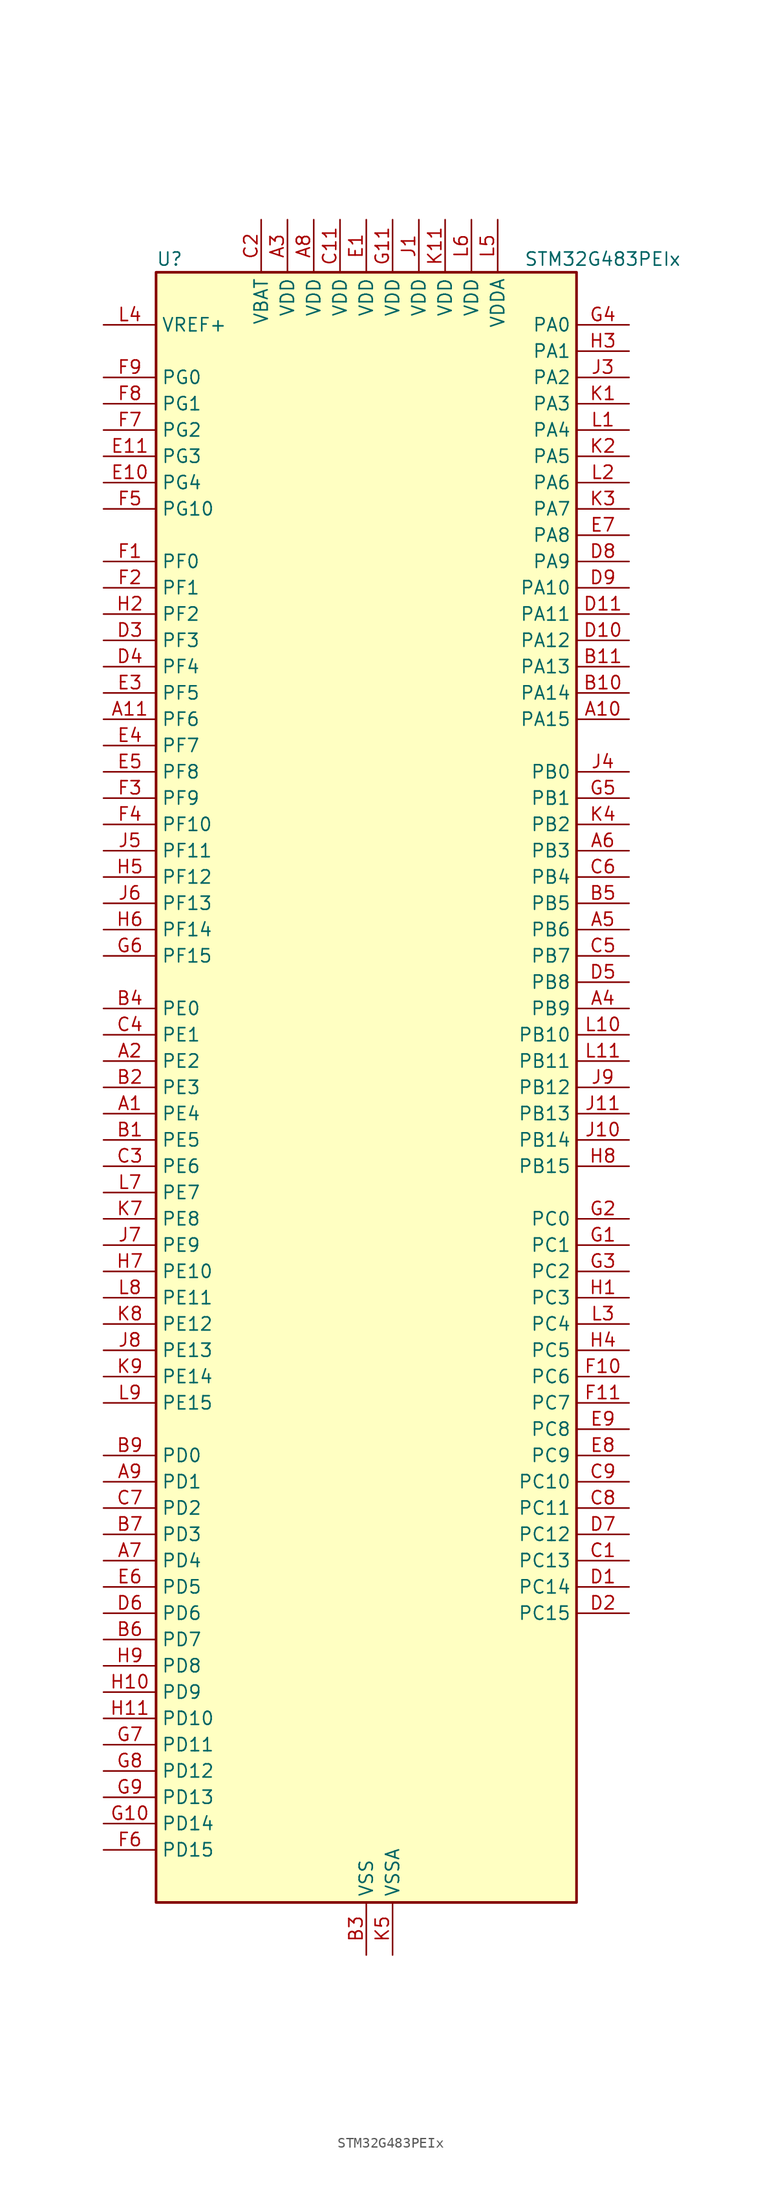
<source format=kicad_sym>
(kicad_symbol_lib
  (version 20241209)
  (generator "kicad_symbol_editor")
  (generator_version "9.0")
  (symbol "STM32G483PEIx"
    (property "Reference" "U"
      (at -20.32 80.01 0)
      (effects (font (size 1.27 1.27)) (justify left)))
    (property "Value" "STM32G483PEIx"
      (at 15.24 80.01 0)
      (effects (font (size 1.27 1.27)) (justify left)))
    (symbol "STM32G483PEIx_0_1"
      (rectangle (start -20.32 -78.74) (end 20.32 78.74) (stroke (width 0.254) (type default)) (fill (type background))))
    (symbol "STM32G483PEIx_1_1"
      (pin input line (at -25.4 73.66 0) (length 5.08) (name "VREF+" (effects (font (size 1.27 1.27)))) (number "L4" (effects (font (size 1.27 1.27)))) (alternate "VREFBUF_OUT" bidirectional line))
      (pin bidirectional line (at -25.4 68.58 0) (length 5.08) (name "PG0" (effects (font (size 1.27 1.27)))) (number "F9" (effects (font (size 1.27 1.27)))) (alternate "FMC_A10" bidirectional line) (alternate "TIM20_CH1N" bidirectional line))
      (pin bidirectional line (at -25.4 66.04 0) (length 5.08) (name "PG1" (effects (font (size 1.27 1.27)))) (number "F8" (effects (font (size 1.27 1.27)))) (alternate "FMC_A11" bidirectional line) (alternate "TIM20_CH2N" bidirectional line))
      (pin bidirectional line (at -25.4 63.5 0) (length 5.08) (name "PG2" (effects (font (size 1.27 1.27)))) (number "F7" (effects (font (size 1.27 1.27)))) (alternate "ADC3_EXTI2" bidirectional line) (alternate "ADC4_EXTI2" bidirectional line) (alternate "ADC5_EXTI2" bidirectional line) (alternate "FMC_A12" bidirectional line) (alternate "SPI1_SCK" bidirectional line) (alternate "TIM20_CH3N" bidirectional line))
      (pin bidirectional line (at -25.4 60.96 0) (length 5.08) (name "PG3" (effects (font (size 1.27 1.27)))) (number "E11" (effects (font (size 1.27 1.27)))) (alternate "ADC3_EXTI3" bidirectional line) (alternate "ADC4_EXTI3" bidirectional line) (alternate "ADC5_EXTI3" bidirectional line) (alternate "FMC_A13" bidirectional line) (alternate "I2C4_SCL" bidirectional line) (alternate "SPI1_MISO" bidirectional line) (alternate "TIM20_BKIN" bidirectional line) (alternate "TIM20_CH4N" bidirectional line))
      (pin bidirectional line (at -25.4 58.42 0) (length 5.08) (name "PG4" (effects (font (size 1.27 1.27)))) (number "E10" (effects (font (size 1.27 1.27)))) (alternate "FMC_A14" bidirectional line) (alternate "I2C4_SDA" bidirectional line) (alternate "SPI1_MOSI" bidirectional line) (alternate "TIM20_BKIN2" bidirectional line))
      (pin bidirectional line (at -25.4 55.88 0) (length 5.08) (name "PG10" (effects (font (size 1.27 1.27)))) (number "F5" (effects (font (size 1.27 1.27)))) (alternate "DAC1_EXTI10" bidirectional line) (alternate "DAC2_EXTI10" bidirectional line) (alternate "DAC3_EXTI10" bidirectional line) (alternate "DAC4_EXTI10" bidirectional line) (alternate "RCC_MCO" bidirectional line))
      (pin bidirectional line (at -25.4 50.8 0) (length 5.08) (name "PF0" (effects (font (size 1.27 1.27)))) (number "F1" (effects (font (size 1.27 1.27)))) (alternate "ADC1_IN10" bidirectional line) (alternate "I2C2_SDA" bidirectional line) (alternate "I2S2_WS" bidirectional line) (alternate "RCC_OSC_IN" bidirectional line) (alternate "SPI2_NSS" bidirectional line) (alternate "TIM1_CH3N" bidirectional line))
      (pin bidirectional line (at -25.4 48.26 0) (length 5.08) (name "PF1" (effects (font (size 1.27 1.27)))) (number "F2" (effects (font (size 1.27 1.27)))) (alternate "ADC2_IN10" bidirectional line) (alternate "COMP3_INM" bidirectional line) (alternate "I2S2_CK" bidirectional line) (alternate "RCC_OSC_OUT" bidirectional line) (alternate "SPI2_SCK" bidirectional line))
      (pin bidirectional line (at -25.4 45.72 0) (length 5.08) (name "PF2" (effects (font (size 1.27 1.27)))) (number "H2" (effects (font (size 1.27 1.27)))) (alternate "ADC3_EXTI2" bidirectional line) (alternate "ADC4_EXTI2" bidirectional line) (alternate "ADC5_EXTI2" bidirectional line) (alternate "FMC_A2" bidirectional line) (alternate "I2C2_SMBA" bidirectional line) (alternate "TIM20_CH3" bidirectional line))
      (pin bidirectional line (at -25.4 43.18 0) (length 5.08) (name "PF3" (effects (font (size 1.27 1.27)))) (number "D3" (effects (font (size 1.27 1.27)))) (alternate "ADC3_EXTI3" bidirectional line) (alternate "ADC4_EXTI3" bidirectional line) (alternate "ADC5_EXTI3" bidirectional line) (alternate "FMC_A3" bidirectional line) (alternate "I2C3_SCL" bidirectional line) (alternate "TIM20_CH4" bidirectional line))
      (pin bidirectional line (at -25.4 40.64 0) (length 5.08) (name "PF4" (effects (font (size 1.27 1.27)))) (number "D4" (effects (font (size 1.27 1.27)))) (alternate "COMP1_OUT" bidirectional line) (alternate "FMC_A4" bidirectional line) (alternate "I2C3_SDA" bidirectional line) (alternate "TIM20_CH1N" bidirectional line))
      (pin bidirectional line (at -25.4 38.1 0) (length 5.08) (name "PF5" (effects (font (size 1.27 1.27)))) (number "E3" (effects (font (size 1.27 1.27)))) (alternate "FMC_A5" bidirectional line) (alternate "TIM20_CH2N" bidirectional line))
      (pin bidirectional line (at -25.4 35.56 0) (length 5.08) (name "PF6" (effects (font (size 1.27 1.27)))) (number "A11" (effects (font (size 1.27 1.27)))) (alternate "I2C2_SCL" bidirectional line) (alternate "QUADSPI1_BK1_IO3" bidirectional line) (alternate "SAI1_SD_B" bidirectional line) (alternate "TIM4_CH4" bidirectional line) (alternate "TIM5_CH1" bidirectional line) (alternate "TIM5_ETR" bidirectional line) (alternate "USART3_RTS" bidirectional line))
      (pin bidirectional line (at -25.4 33.02 0) (length 5.08) (name "PF7" (effects (font (size 1.27 1.27)))) (number "E4" (effects (font (size 1.27 1.27)))) (alternate "FMC_A1" bidirectional line) (alternate "QUADSPI1_BK1_IO2" bidirectional line) (alternate "SAI1_MCLK_B" bidirectional line) (alternate "TIM20_BKIN" bidirectional line) (alternate "TIM5_CH2" bidirectional line))
      (pin bidirectional line (at -25.4 30.48 0) (length 5.08) (name "PF8" (effects (font (size 1.27 1.27)))) (number "E5" (effects (font (size 1.27 1.27)))) (alternate "FMC_A24" bidirectional line) (alternate "QUADSPI1_BK1_IO0" bidirectional line) (alternate "SAI1_SCK_B" bidirectional line) (alternate "TIM20_BKIN2" bidirectional line) (alternate "TIM5_CH3" bidirectional line))
      (pin bidirectional line (at -25.4 27.94 0) (length 5.08) (name "PF9" (effects (font (size 1.27 1.27)))) (number "F3" (effects (font (size 1.27 1.27)))) (alternate "DAC1_EXTI9" bidirectional line) (alternate "DAC2_EXTI9" bidirectional line) (alternate "DAC3_EXTI9" bidirectional line) (alternate "DAC4_EXTI9" bidirectional line) (alternate "FMC_A25" bidirectional line) (alternate "QUADSPI1_BK1_IO1" bidirectional line) (alternate "SAI1_FS_B" bidirectional line) (alternate "SPI2_SCK" bidirectional line) (alternate "TIM15_CH1" bidirectional line) (alternate "TIM20_BKIN" bidirectional line) (alternate "TIM5_CH4" bidirectional line))
      (pin bidirectional line (at -25.4 25.4 0) (length 5.08) (name "PF10" (effects (font (size 1.27 1.27)))) (number "F4" (effects (font (size 1.27 1.27)))) (alternate "DAC1_EXTI10" bidirectional line) (alternate "DAC2_EXTI10" bidirectional line) (alternate "DAC3_EXTI10" bidirectional line) (alternate "DAC4_EXTI10" bidirectional line) (alternate "FMC_A0" bidirectional line) (alternate "QUADSPI1_CLK" bidirectional line) (alternate "SAI1_D3" bidirectional line) (alternate "SPI2_SCK" bidirectional line) (alternate "TIM15_CH2" bidirectional line) (alternate "TIM20_BKIN2" bidirectional line))
      (pin bidirectional line (at -25.4 22.86 0) (length 5.08) (name "PF11" (effects (font (size 1.27 1.27)))) (number "J5" (effects (font (size 1.27 1.27)))) (alternate "ADC1_EXTI11" bidirectional line) (alternate "ADC2_EXTI11" bidirectional line) (alternate "FMC_NE4" bidirectional line) (alternate "TIM20_ETR" bidirectional line))
      (pin bidirectional line (at -25.4 20.32 0) (length 5.08) (name "PF12" (effects (font (size 1.27 1.27)))) (number "H5" (effects (font (size 1.27 1.27)))) (alternate "FMC_A6" bidirectional line) (alternate "TIM20_CH1" bidirectional line))
      (pin bidirectional line (at -25.4 17.78 0) (length 5.08) (name "PF13" (effects (font (size 1.27 1.27)))) (number "J6" (effects (font (size 1.27 1.27)))) (alternate "FMC_A7" bidirectional line) (alternate "I2C4_SMBA" bidirectional line) (alternate "TIM20_CH2" bidirectional line))
      (pin bidirectional line (at -25.4 15.24 0) (length 5.08) (name "PF14" (effects (font (size 1.27 1.27)))) (number "H6" (effects (font (size 1.27 1.27)))) (alternate "FMC_A8" bidirectional line) (alternate "I2C4_SCL" bidirectional line) (alternate "TIM20_CH3" bidirectional line))
      (pin bidirectional line (at -25.4 12.7 0) (length 5.08) (name "PF15" (effects (font (size 1.27 1.27)))) (number "G6" (effects (font (size 1.27 1.27)))) (alternate "ADC1_EXTI15" bidirectional line) (alternate "ADC2_EXTI15" bidirectional line) (alternate "FMC_A9" bidirectional line) (alternate "I2C4_SDA" bidirectional line) (alternate "TIM20_CH4" bidirectional line))
      (pin bidirectional line (at -25.4 7.62 0) (length 5.08) (name "PE0" (effects (font (size 1.27 1.27)))) (number "B4" (effects (font (size 1.27 1.27)))) (alternate "FMC_NBL0" bidirectional line) (alternate "TIM16_CH1" bidirectional line) (alternate "TIM20_CH4N" bidirectional line) (alternate "TIM20_ETR" bidirectional line) (alternate "TIM4_ETR" bidirectional line) (alternate "USART1_TX" bidirectional line))
      (pin bidirectional line (at -25.4 5.08 0) (length 5.08) (name "PE1" (effects (font (size 1.27 1.27)))) (number "C4" (effects (font (size 1.27 1.27)))) (alternate "FMC_NBL1" bidirectional line) (alternate "TIM17_CH1" bidirectional line) (alternate "TIM20_CH4" bidirectional line) (alternate "USART1_RX" bidirectional line))
      (pin bidirectional line (at -25.4 2.54 0) (length 5.08) (name "PE2" (effects (font (size 1.27 1.27)))) (number "A2" (effects (font (size 1.27 1.27)))) (alternate "ADC3_EXTI2" bidirectional line) (alternate "ADC4_EXTI2" bidirectional line) (alternate "ADC5_EXTI2" bidirectional line) (alternate "FMC_A23" bidirectional line) (alternate "SAI1_CK1" bidirectional line) (alternate "SAI1_MCLK_A" bidirectional line) (alternate "SPI4_SCK" bidirectional line) (alternate "SYS_TRACECLK" bidirectional line) (alternate "TIM20_CH1" bidirectional line) (alternate "TIM3_CH1" bidirectional line))
      (pin bidirectional line (at -25.4 0 0) (length 5.08) (name "PE3" (effects (font (size 1.27 1.27)))) (number "B2" (effects (font (size 1.27 1.27)))) (alternate "ADC3_EXTI3" bidirectional line) (alternate "ADC4_EXTI3" bidirectional line) (alternate "ADC5_EXTI3" bidirectional line) (alternate "FMC_A19" bidirectional line) (alternate "SAI1_SD_B" bidirectional line) (alternate "SPI4_NSS" bidirectional line) (alternate "SYS_TRACED0" bidirectional line) (alternate "TIM20_CH2" bidirectional line) (alternate "TIM3_CH2" bidirectional line))
      (pin bidirectional line (at -25.4 -2.54 0) (length 5.08) (name "PE4" (effects (font (size 1.27 1.27)))) (number "A1" (effects (font (size 1.27 1.27)))) (alternate "FMC_A20" bidirectional line) (alternate "SAI1_D2" bidirectional line) (alternate "SAI1_FS_A" bidirectional line) (alternate "SPI4_NSS" bidirectional line) (alternate "SYS_TRACED1" bidirectional line) (alternate "TIM20_CH1N" bidirectional line) (alternate "TIM3_CH3" bidirectional line))
      (pin bidirectional line (at -25.4 -5.08 0) (length 5.08) (name "PE5" (effects (font (size 1.27 1.27)))) (number "B1" (effects (font (size 1.27 1.27)))) (alternate "FMC_A21" bidirectional line) (alternate "SAI1_CK2" bidirectional line) (alternate "SAI1_SCK_A" bidirectional line) (alternate "SPI4_MISO" bidirectional line) (alternate "SYS_TRACED2" bidirectional line) (alternate "TIM20_CH2N" bidirectional line) (alternate "TIM3_CH4" bidirectional line))
      (pin bidirectional line (at -25.4 -7.62 0) (length 5.08) (name "PE6" (effects (font (size 1.27 1.27)))) (number "C3" (effects (font (size 1.27 1.27)))) (alternate "FMC_A22" bidirectional line) (alternate "RTC_TAMP3" bidirectional line) (alternate "SAI1_D1" bidirectional line) (alternate "SAI1_SD_A" bidirectional line) (alternate "SPI4_MOSI" bidirectional line) (alternate "SYS_TRACED3" bidirectional line) (alternate "SYS_WKUP3" bidirectional line) (alternate "TIM20_CH3N" bidirectional line))
      (pin bidirectional line (at -25.4 -10.16 0) (length 5.08) (name "PE7" (effects (font (size 1.27 1.27)))) (number "L7" (effects (font (size 1.27 1.27)))) (alternate "ADC3_IN4" bidirectional line) (alternate "COMP4_INP" bidirectional line) (alternate "FMC_D4" bidirectional line) (alternate "FMC_DA4" bidirectional line) (alternate "SAI1_SD_B" bidirectional line) (alternate "TIM1_ETR" bidirectional line))
      (pin bidirectional line (at -25.4 -12.7 0) (length 5.08) (name "PE8" (effects (font (size 1.27 1.27)))) (number "K7" (effects (font (size 1.27 1.27)))) (alternate "ADC3_IN6" bidirectional line) (alternate "ADC4_IN6" bidirectional line) (alternate "ADC5_IN6" bidirectional line) (alternate "COMP4_INM" bidirectional line) (alternate "FMC_D5" bidirectional line) (alternate "FMC_DA5" bidirectional line) (alternate "SAI1_SCK_B" bidirectional line) (alternate "TIM1_CH1N" bidirectional line) (alternate "TIM5_CH3" bidirectional line))
      (pin bidirectional line (at -25.4 -15.24 0) (length 5.08) (name "PE9" (effects (font (size 1.27 1.27)))) (number "J7" (effects (font (size 1.27 1.27)))) (alternate "ADC3_IN2" bidirectional line) (alternate "DAC1_EXTI9" bidirectional line) (alternate "DAC2_EXTI9" bidirectional line) (alternate "DAC3_EXTI9" bidirectional line) (alternate "DAC4_EXTI9" bidirectional line) (alternate "FMC_D6" bidirectional line) (alternate "FMC_DA6" bidirectional line) (alternate "SAI1_FS_B" bidirectional line) (alternate "TIM1_CH1" bidirectional line) (alternate "TIM5_CH4" bidirectional line))
      (pin bidirectional line (at -25.4 -17.78 0) (length 5.08) (name "PE10" (effects (font (size 1.27 1.27)))) (number "H7" (effects (font (size 1.27 1.27)))) (alternate "ADC3_IN14" bidirectional line) (alternate "ADC4_IN14" bidirectional line) (alternate "ADC5_IN14" bidirectional line) (alternate "DAC1_EXTI10" bidirectional line) (alternate "DAC2_EXTI10" bidirectional line) (alternate "DAC3_EXTI10" bidirectional line) (alternate "DAC4_EXTI10" bidirectional line) (alternate "FMC_D7" bidirectional line) (alternate "FMC_DA7" bidirectional line) (alternate "QUADSPI1_CLK" bidirectional line) (alternate "SAI1_MCLK_B" bidirectional line) (alternate "TIM1_CH2N" bidirectional line))
      (pin bidirectional line (at -25.4 -20.32 0) (length 5.08) (name "PE11" (effects (font (size 1.27 1.27)))) (number "L8" (effects (font (size 1.27 1.27)))) (alternate "ADC1_EXTI11" bidirectional line) (alternate "ADC2_EXTI11" bidirectional line) (alternate "ADC3_IN15" bidirectional line) (alternate "ADC4_IN15" bidirectional line) (alternate "ADC5_IN15" bidirectional line) (alternate "FMC_D8" bidirectional line) (alternate "FMC_DA8" bidirectional line) (alternate "QUADSPI1_BK1_NCS" bidirectional line) (alternate "SPI4_NSS" bidirectional line) (alternate "TIM1_CH2" bidirectional line))
      (pin bidirectional line (at -25.4 -22.86 0) (length 5.08) (name "PE12" (effects (font (size 1.27 1.27)))) (number "K8" (effects (font (size 1.27 1.27)))) (alternate "ADC3_IN16" bidirectional line) (alternate "ADC4_IN16" bidirectional line) (alternate "ADC5_IN16" bidirectional line) (alternate "FMC_D9" bidirectional line) (alternate "FMC_DA9" bidirectional line) (alternate "QUADSPI1_BK1_IO0" bidirectional line) (alternate "SPI4_SCK" bidirectional line) (alternate "TIM1_CH3N" bidirectional line))
      (pin bidirectional line (at -25.4 -25.4 0) (length 5.08) (name "PE13" (effects (font (size 1.27 1.27)))) (number "J8" (effects (font (size 1.27 1.27)))) (alternate "ADC3_IN3" bidirectional line) (alternate "FMC_D10" bidirectional line) (alternate "FMC_DA10" bidirectional line) (alternate "QUADSPI1_BK1_IO1" bidirectional line) (alternate "SPI4_MISO" bidirectional line) (alternate "TIM1_CH3" bidirectional line))
      (pin bidirectional line (at -25.4 -27.94 0) (length 5.08) (name "PE14" (effects (font (size 1.27 1.27)))) (number "K9" (effects (font (size 1.27 1.27)))) (alternate "ADC4_IN1" bidirectional line) (alternate "FMC_D11" bidirectional line) (alternate "FMC_DA11" bidirectional line) (alternate "QUADSPI1_BK1_IO2" bidirectional line) (alternate "SPI4_MOSI" bidirectional line) (alternate "TIM1_BKIN2" bidirectional line) (alternate "TIM1_CH4" bidirectional line))
      (pin bidirectional line (at -25.4 -30.48 0) (length 5.08) (name "PE15" (effects (font (size 1.27 1.27)))) (number "L9" (effects (font (size 1.27 1.27)))) (alternate "ADC1_EXTI15" bidirectional line) (alternate "ADC2_EXTI15" bidirectional line) (alternate "ADC4_IN2" bidirectional line) (alternate "FMC_D12" bidirectional line) (alternate "FMC_DA12" bidirectional line) (alternate "QUADSPI1_BK1_IO3" bidirectional line) (alternate "TIM1_BKIN" bidirectional line) (alternate "TIM1_CH4N" bidirectional line) (alternate "USART3_RX" bidirectional line))
      (pin bidirectional line (at -25.4 -35.56 0) (length 5.08) (name "PD0" (effects (font (size 1.27 1.27)))) (number "B9" (effects (font (size 1.27 1.27)))) (alternate "FDCAN1_RX" bidirectional line) (alternate "FMC_D2" bidirectional line) (alternate "FMC_DA2" bidirectional line) (alternate "TIM8_CH4N" bidirectional line))
      (pin bidirectional line (at -25.4 -38.1 0) (length 5.08) (name "PD1" (effects (font (size 1.27 1.27)))) (number "A9" (effects (font (size 1.27 1.27)))) (alternate "FDCAN1_TX" bidirectional line) (alternate "FMC_D3" bidirectional line) (alternate "FMC_DA3" bidirectional line) (alternate "TIM8_BKIN2" bidirectional line) (alternate "TIM8_CH4" bidirectional line))
      (pin bidirectional line (at -25.4 -40.64 0) (length 5.08) (name "PD2" (effects (font (size 1.27 1.27)))) (number "C7" (effects (font (size 1.27 1.27)))) (alternate "ADC3_EXTI2" bidirectional line) (alternate "ADC4_EXTI2" bidirectional line) (alternate "ADC5_EXTI2" bidirectional line) (alternate "TIM3_ETR" bidirectional line) (alternate "TIM8_BKIN" bidirectional line) (alternate "UART5_RX" bidirectional line))
      (pin bidirectional line (at -25.4 -43.18 0) (length 5.08) (name "PD3" (effects (font (size 1.27 1.27)))) (number "B7" (effects (font (size 1.27 1.27)))) (alternate "ADC3_EXTI3" bidirectional line) (alternate "ADC4_EXTI3" bidirectional line) (alternate "ADC5_EXTI3" bidirectional line) (alternate "FMC_CLK" bidirectional line) (alternate "QUADSPI1_BK2_NCS" bidirectional line) (alternate "TIM2_CH1" bidirectional line) (alternate "TIM2_ETR" bidirectional line) (alternate "USART2_CTS" bidirectional line) (alternate "USART2_NSS" bidirectional line))
      (pin bidirectional line (at -25.4 -45.72 0) (length 5.08) (name "PD4" (effects (font (size 1.27 1.27)))) (number "A7" (effects (font (size 1.27 1.27)))) (alternate "FMC_NOE" bidirectional line) (alternate "QUADSPI1_BK2_IO0" bidirectional line) (alternate "TIM2_CH2" bidirectional line) (alternate "USART2_DE" bidirectional line) (alternate "USART2_RTS" bidirectional line))
      (pin bidirectional line (at -25.4 -48.26 0) (length 5.08) (name "PD5" (effects (font (size 1.27 1.27)))) (number "E6" (effects (font (size 1.27 1.27)))) (alternate "FMC_NWE" bidirectional line) (alternate "QUADSPI1_BK2_IO1" bidirectional line) (alternate "USART2_TX" bidirectional line))
      (pin bidirectional line (at -25.4 -50.8 0) (length 5.08) (name "PD6" (effects (font (size 1.27 1.27)))) (number "D6" (effects (font (size 1.27 1.27)))) (alternate "FMC_NWAIT" bidirectional line) (alternate "QUADSPI1_BK2_IO2" bidirectional line) (alternate "SAI1_D1" bidirectional line) (alternate "SAI1_SD_A" bidirectional line) (alternate "TIM2_CH4" bidirectional line) (alternate "USART2_RX" bidirectional line))
      (pin bidirectional line (at -25.4 -53.34 0) (length 5.08) (name "PD7" (effects (font (size 1.27 1.27)))) (number "B6" (effects (font (size 1.27 1.27)))) (alternate "FMC_NCE" bidirectional line) (alternate "FMC_NE1" bidirectional line) (alternate "QUADSPI1_BK2_IO3" bidirectional line) (alternate "TIM2_CH3" bidirectional line) (alternate "USART2_CK" bidirectional line))
      (pin bidirectional line (at -25.4 -55.88 0) (length 5.08) (name "PD8" (effects (font (size 1.27 1.27)))) (number "H9" (effects (font (size 1.27 1.27)))) (alternate "ADC4_IN12" bidirectional line) (alternate "ADC5_IN12" bidirectional line) (alternate "FMC_D13" bidirectional line) (alternate "FMC_DA13" bidirectional line) (alternate "OPAMP4_VINM" bidirectional line) (alternate "OPAMP4_VINM1" bidirectional line) (alternate "OPAMP4_VINM_SEC" bidirectional line) (alternate "USART3_TX" bidirectional line))
      (pin bidirectional line (at -25.4 -58.42 0) (length 5.08) (name "PD9" (effects (font (size 1.27 1.27)))) (number "H10" (effects (font (size 1.27 1.27)))) (alternate "ADC4_IN13" bidirectional line) (alternate "ADC5_IN13" bidirectional line) (alternate "DAC1_EXTI9" bidirectional line) (alternate "DAC2_EXTI9" bidirectional line) (alternate "DAC3_EXTI9" bidirectional line) (alternate "DAC4_EXTI9" bidirectional line) (alternate "FMC_D14" bidirectional line) (alternate "FMC_DA14" bidirectional line) (alternate "OPAMP6_VINP" bidirectional line) (alternate "OPAMP6_VINP_SEC" bidirectional line) (alternate "USART3_RX" bidirectional line))
      (pin bidirectional line (at -25.4 -60.96 0) (length 5.08) (name "PD10" (effects (font (size 1.27 1.27)))) (number "H11" (effects (font (size 1.27 1.27)))) (alternate "ADC3_IN7" bidirectional line) (alternate "ADC4_IN7" bidirectional line) (alternate "ADC5_IN7" bidirectional line) (alternate "COMP6_INM" bidirectional line) (alternate "DAC1_EXTI10" bidirectional line) (alternate "DAC2_EXTI10" bidirectional line) (alternate "DAC3_EXTI10" bidirectional line) (alternate "DAC4_EXTI10" bidirectional line) (alternate "FMC_D15" bidirectional line) (alternate "FMC_DA15" bidirectional line) (alternate "USART3_CK" bidirectional line))
      (pin bidirectional line (at -25.4 -63.5 0) (length 5.08) (name "PD11" (effects (font (size 1.27 1.27)))) (number "G7" (effects (font (size 1.27 1.27)))) (alternate "ADC1_EXTI11" bidirectional line) (alternate "ADC2_EXTI11" bidirectional line) (alternate "ADC3_IN8" bidirectional line) (alternate "ADC4_IN8" bidirectional line) (alternate "ADC5_IN8" bidirectional line) (alternate "COMP6_INP" bidirectional line) (alternate "FMC_A16" bidirectional line) (alternate "FMC_CLE" bidirectional line) (alternate "I2C4_SMBA" bidirectional line) (alternate "OPAMP4_VINP" bidirectional line) (alternate "OPAMP4_VINP_SEC" bidirectional line) (alternate "TIM5_ETR" bidirectional line) (alternate "USART3_CTS" bidirectional line) (alternate "USART3_NSS" bidirectional line))
      (pin bidirectional line (at -25.4 -66.04 0) (length 5.08) (name "PD12" (effects (font (size 1.27 1.27)))) (number "G8" (effects (font (size 1.27 1.27)))) (alternate "ADC3_IN9" bidirectional line) (alternate "ADC4_IN9" bidirectional line) (alternate "ADC5_IN9" bidirectional line) (alternate "COMP5_INP" bidirectional line) (alternate "FMC_A17" bidirectional line) (alternate "FMC_ALE" bidirectional line) (alternate "OPAMP5_VINP" bidirectional line) (alternate "OPAMP5_VINP_SEC" bidirectional line) (alternate "TIM4_CH1" bidirectional line) (alternate "USART3_DE" bidirectional line) (alternate "USART3_RTS" bidirectional line))
      (pin bidirectional line (at -25.4 -68.58 0) (length 5.08) (name "PD13" (effects (font (size 1.27 1.27)))) (number "G9" (effects (font (size 1.27 1.27)))) (alternate "ADC3_IN10" bidirectional line) (alternate "ADC4_IN10" bidirectional line) (alternate "ADC5_IN10" bidirectional line) (alternate "COMP5_INM" bidirectional line) (alternate "FMC_A18" bidirectional line) (alternate "TIM4_CH2" bidirectional line))
      (pin bidirectional line (at -25.4 -71.12 0) (length 5.08) (name "PD14" (effects (font (size 1.27 1.27)))) (number "G10" (effects (font (size 1.27 1.27)))) (alternate "ADC3_IN11" bidirectional line) (alternate "ADC4_IN11" bidirectional line) (alternate "ADC5_IN11" bidirectional line) (alternate "COMP7_INP" bidirectional line) (alternate "FMC_D0" bidirectional line) (alternate "FMC_DA0" bidirectional line) (alternate "OPAMP2_VINP" bidirectional line) (alternate "OPAMP2_VINP_SEC" bidirectional line) (alternate "TIM4_CH3" bidirectional line))
      (pin bidirectional line (at -25.4 -73.66 0) (length 5.08) (name "PD15" (effects (font (size 1.27 1.27)))) (number "F6" (effects (font (size 1.27 1.27)))) (alternate "ADC1_EXTI15" bidirectional line) (alternate "ADC2_EXTI15" bidirectional line) (alternate "COMP7_INM" bidirectional line) (alternate "FMC_D1" bidirectional line) (alternate "FMC_DA1" bidirectional line) (alternate "SPI2_NSS" bidirectional line) (alternate "TIM4_CH4" bidirectional line))
      (pin power_in line (at -10.16 83.82 270) (length 5.08) (name "VBAT" (effects (font (size 1.27 1.27)))) (number "C2" (effects (font (size 1.27 1.27)))))
      (pin power_in line (at -7.62 83.82 270) (length 5.08) (name "VDD" (effects (font (size 1.27 1.27)))) (number "A3" (effects (font (size 1.27 1.27)))))
      (pin power_in line (at -5.08 83.82 270) (length 5.08) (name "VDD" (effects (font (size 1.27 1.27)))) (number "A8" (effects (font (size 1.27 1.27)))))
      (pin power_in line (at -2.54 83.82 270) (length 5.08) (name "VDD" (effects (font (size 1.27 1.27)))) (number "C11" (effects (font (size 1.27 1.27)))))
      (pin power_in line (at 0 83.82 270) (length 5.08) (name "VDD" (effects (font (size 1.27 1.27)))) (number "E1" (effects (font (size 1.27 1.27)))))
      (pin power_in line (at 0 -83.82 90) (length 5.08) (name "VSS" (effects (font (size 1.27 1.27)))) (number "B3" (effects (font (size 1.27 1.27)))))
      (pin passive line (at 0 -83.82 90) (length 5.08) (hide yes) (name "VSS" (effects (font (size 1.27 1.27)))) (number "B8" (effects (font (size 1.27 1.27)))))
      (pin passive line (at 0 -83.82 90) (length 5.08) (hide yes) (name "VSS" (effects (font (size 1.27 1.27)))) (number "C10" (effects (font (size 1.27 1.27)))))
      (pin passive line (at 0 -83.82 90) (length 5.08) (hide yes) (name "VSS" (effects (font (size 1.27 1.27)))) (number "E2" (effects (font (size 1.27 1.27)))))
      (pin passive line (at 0 -83.82 90) (length 5.08) (hide yes) (name "VSS" (effects (font (size 1.27 1.27)))) (number "J2" (effects (font (size 1.27 1.27)))))
      (pin passive line (at 0 -83.82 90) (length 5.08) (hide yes) (name "VSS" (effects (font (size 1.27 1.27)))) (number "K10" (effects (font (size 1.27 1.27)))))
      (pin passive line (at 0 -83.82 90) (length 5.08) (hide yes) (name "VSS" (effects (font (size 1.27 1.27)))) (number "K6" (effects (font (size 1.27 1.27)))))
      (pin power_in line (at 2.54 83.82 270) (length 5.08) (name "VDD" (effects (font (size 1.27 1.27)))) (number "G11" (effects (font (size 1.27 1.27)))))
      (pin power_in line (at 2.54 -83.82 90) (length 5.08) (name "VSSA" (effects (font (size 1.27 1.27)))) (number "K5" (effects (font (size 1.27 1.27)))))
      (pin power_in line (at 5.08 83.82 270) (length 5.08) (name "VDD" (effects (font (size 1.27 1.27)))) (number "J1" (effects (font (size 1.27 1.27)))))
      (pin power_in line (at 7.62 83.82 270) (length 5.08) (name "VDD" (effects (font (size 1.27 1.27)))) (number "K11" (effects (font (size 1.27 1.27)))))
      (pin power_in line (at 10.16 83.82 270) (length 5.08) (name "VDD" (effects (font (size 1.27 1.27)))) (number "L6" (effects (font (size 1.27 1.27)))))
      (pin power_in line (at 12.7 83.82 270) (length 5.08) (name "VDDA" (effects (font (size 1.27 1.27)))) (number "L5" (effects (font (size 1.27 1.27)))))
      (pin bidirectional line (at 25.4 73.66 180) (length 5.08) (name "PA0" (effects (font (size 1.27 1.27)))) (number "G4" (effects (font (size 1.27 1.27)))) (alternate "ADC1_IN1" bidirectional line) (alternate "ADC2_IN1" bidirectional line) (alternate "COMP1_INM" bidirectional line) (alternate "COMP1_OUT" bidirectional line) (alternate "COMP3_INP" bidirectional line) (alternate "RTC_TAMP2" bidirectional line) (alternate "SYS_WKUP1" bidirectional line) (alternate "TIM2_CH1" bidirectional line) (alternate "TIM2_ETR" bidirectional line) (alternate "TIM5_CH1" bidirectional line) (alternate "TIM8_BKIN" bidirectional line) (alternate "TIM8_ETR" bidirectional line) (alternate "USART2_CTS" bidirectional line) (alternate "USART2_NSS" bidirectional line))
      (pin bidirectional line (at 25.4 71.12 180) (length 5.08) (name "PA1" (effects (font (size 1.27 1.27)))) (number "H3" (effects (font (size 1.27 1.27)))) (alternate "ADC1_IN2" bidirectional line) (alternate "ADC2_IN2" bidirectional line) (alternate "COMP1_INP" bidirectional line) (alternate "OPAMP1_VINP" bidirectional line) (alternate "OPAMP1_VINP_SEC" bidirectional line) (alternate "OPAMP3_VINP" bidirectional line) (alternate "OPAMP3_VINP_SEC" bidirectional line) (alternate "OPAMP6_VINM" bidirectional line) (alternate "OPAMP6_VINM0" bidirectional line) (alternate "OPAMP6_VINM_SEC" bidirectional line) (alternate "RTC_REFIN" bidirectional line) (alternate "TIM15_CH1N" bidirectional line) (alternate "TIM2_CH2" bidirectional line) (alternate "TIM5_CH2" bidirectional line) (alternate "USART2_DE" bidirectional line) (alternate "USART2_RTS" bidirectional line))
      (pin bidirectional line (at 25.4 68.58 180) (length 5.08) (name "PA2" (effects (font (size 1.27 1.27)))) (number "J3" (effects (font (size 1.27 1.27)))) (alternate "ADC1_IN3" bidirectional line) (alternate "ADC3_EXTI2" bidirectional line) (alternate "ADC4_EXTI2" bidirectional line) (alternate "ADC5_EXTI2" bidirectional line) (alternate "COMP2_INM" bidirectional line) (alternate "COMP2_OUT" bidirectional line) (alternate "LPUART1_TX" bidirectional line) (alternate "OPAMP1_VOUT" bidirectional line) (alternate "QUADSPI1_BK1_NCS" bidirectional line) (alternate "RCC_LSCO" bidirectional line) (alternate "SYS_WKUP4" bidirectional line) (alternate "TIM15_CH1" bidirectional line) (alternate "TIM2_CH3" bidirectional line) (alternate "TIM5_CH3" bidirectional line) (alternate "UCPD1_FRSTX1" bidirectional line) (alternate "UCPD1_FRSTX2" bidirectional line) (alternate "USART2_TX" bidirectional line))
      (pin bidirectional line (at 25.4 66.04 180) (length 5.08) (name "PA3" (effects (font (size 1.27 1.27)))) (number "K1" (effects (font (size 1.27 1.27)))) (alternate "ADC1_IN4" bidirectional line) (alternate "ADC3_EXTI3" bidirectional line) (alternate "ADC4_EXTI3" bidirectional line) (alternate "ADC5_EXTI3" bidirectional line) (alternate "COMP2_INP" bidirectional line) (alternate "LPUART1_RX" bidirectional line) (alternate "OPAMP1_VINM" bidirectional line) (alternate "OPAMP1_VINM0" bidirectional line) (alternate "OPAMP1_VINM_SEC" bidirectional line) (alternate "OPAMP1_VINP" bidirectional line) (alternate "OPAMP1_VINP_SEC" bidirectional line) (alternate "OPAMP5_VINM" bidirectional line) (alternate "OPAMP5_VINM1" bidirectional line) (alternate "OPAMP5_VINM_SEC" bidirectional line) (alternate "QUADSPI1_CLK" bidirectional line) (alternate "SAI1_CK1" bidirectional line) (alternate "SAI1_MCLK_A" bidirectional line) (alternate "TIM15_CH2" bidirectional line) (alternate "TIM2_CH4" bidirectional line) (alternate "TIM5_CH4" bidirectional line) (alternate "USART2_RX" bidirectional line))
      (pin bidirectional line (at 25.4 63.5 180) (length 5.08) (name "PA4" (effects (font (size 1.27 1.27)))) (number "L1" (effects (font (size 1.27 1.27)))) (alternate "ADC2_IN17" bidirectional line) (alternate "COMP1_INM" bidirectional line) (alternate "DAC1_OUT1" bidirectional line) (alternate "I2S3_WS" bidirectional line) (alternate "SAI1_FS_B" bidirectional line) (alternate "SPI1_NSS" bidirectional line) (alternate "SPI3_NSS" bidirectional line) (alternate "TIM3_CH2" bidirectional line) (alternate "USART2_CK" bidirectional line))
      (pin bidirectional line (at 25.4 60.96 180) (length 5.08) (name "PA5" (effects (font (size 1.27 1.27)))) (number "K2" (effects (font (size 1.27 1.27)))) (alternate "ADC2_IN13" bidirectional line) (alternate "COMP2_INM" bidirectional line) (alternate "DAC1_OUT2" bidirectional line) (alternate "OPAMP2_VINM" bidirectional line) (alternate "OPAMP2_VINM0" bidirectional line) (alternate "OPAMP2_VINM_SEC" bidirectional line) (alternate "SPI1_SCK" bidirectional line) (alternate "TIM2_CH1" bidirectional line) (alternate "TIM2_ETR" bidirectional line) (alternate "UCPD1_FRSTX1" bidirectional line) (alternate "UCPD1_FRSTX2" bidirectional line))
      (pin bidirectional line (at 25.4 58.42 180) (length 5.08) (name "PA6" (effects (font (size 1.27 1.27)))) (number "L2" (effects (font (size 1.27 1.27)))) (alternate "ADC2_IN3" bidirectional line) (alternate "COMP1_OUT" bidirectional line) (alternate "DAC2_OUT1" bidirectional line) (alternate "LPUART1_CTS" bidirectional line) (alternate "OPAMP2_VOUT" bidirectional line) (alternate "QUADSPI1_BK1_IO3" bidirectional line) (alternate "SPI1_MISO" bidirectional line) (alternate "TIM16_CH1" bidirectional line) (alternate "TIM1_BKIN" bidirectional line) (alternate "TIM3_CH1" bidirectional line) (alternate "TIM8_BKIN" bidirectional line))
      (pin bidirectional line (at 25.4 55.88 180) (length 5.08) (name "PA7" (effects (font (size 1.27 1.27)))) (number "K3" (effects (font (size 1.27 1.27)))) (alternate "ADC2_IN4" bidirectional line) (alternate "COMP2_INP" bidirectional line) (alternate "COMP2_OUT" bidirectional line) (alternate "OPAMP1_VINP" bidirectional line) (alternate "OPAMP1_VINP_SEC" bidirectional line) (alternate "OPAMP2_VINP" bidirectional line) (alternate "OPAMP2_VINP_SEC" bidirectional line) (alternate "QUADSPI1_BK1_IO2" bidirectional line) (alternate "SPI1_MOSI" bidirectional line) (alternate "TIM17_CH1" bidirectional line) (alternate "TIM1_CH1N" bidirectional line) (alternate "TIM3_CH2" bidirectional line) (alternate "TIM8_CH1N" bidirectional line) (alternate "UCPD1_FRSTX1" bidirectional line) (alternate "UCPD1_FRSTX2" bidirectional line))
      (pin bidirectional line (at 25.4 53.34 180) (length 5.08) (name "PA8" (effects (font (size 1.27 1.27)))) (number "E7" (effects (font (size 1.27 1.27)))) (alternate "ADC5_IN1" bidirectional line) (alternate "COMP7_OUT" bidirectional line) (alternate "FDCAN3_RX" bidirectional line) (alternate "I2C2_SDA" bidirectional line) (alternate "I2C3_SCL" bidirectional line) (alternate "I2S2_MCK" bidirectional line) (alternate "OPAMP5_VOUT" bidirectional line) (alternate "RCC_MCO" bidirectional line) (alternate "SAI1_CK2" bidirectional line) (alternate "SAI1_SCK_A" bidirectional line) (alternate "TIM1_CH1" bidirectional line) (alternate "TIM4_ETR" bidirectional line) (alternate "USART1_CK" bidirectional line))
      (pin bidirectional line (at 25.4 50.8 180) (length 5.08) (name "PA9" (effects (font (size 1.27 1.27)))) (number "D8" (effects (font (size 1.27 1.27)))) (alternate "ADC5_IN2" bidirectional line) (alternate "COMP5_OUT" bidirectional line) (alternate "DAC1_EXTI9" bidirectional line) (alternate "DAC2_EXTI9" bidirectional line) (alternate "DAC3_EXTI9" bidirectional line) (alternate "DAC4_EXTI9" bidirectional line) (alternate "I2C2_SCL" bidirectional line) (alternate "I2C3_SMBA" bidirectional line) (alternate "I2S3_MCK" bidirectional line) (alternate "SAI1_FS_A" bidirectional line) (alternate "TIM15_BKIN" bidirectional line) (alternate "TIM1_CH2" bidirectional line) (alternate "TIM2_CH3" bidirectional line) (alternate "UCPD1_DBCC1" bidirectional line) (alternate "USART1_TX" bidirectional line))
      (pin bidirectional line (at 25.4 48.26 180) (length 5.08) (name "PA10" (effects (font (size 1.27 1.27)))) (number "D9" (effects (font (size 1.27 1.27)))) (alternate "COMP6_OUT" bidirectional line) (alternate "CRS_SYNC" bidirectional line) (alternate "DAC1_EXTI10" bidirectional line) (alternate "DAC2_EXTI10" bidirectional line) (alternate "DAC3_EXTI10" bidirectional line) (alternate "DAC4_EXTI10" bidirectional line) (alternate "I2C2_SMBA" bidirectional line) (alternate "SAI1_D1" bidirectional line) (alternate "SAI1_SD_A" bidirectional line) (alternate "SPI2_MISO" bidirectional line) (alternate "TIM17_BKIN" bidirectional line) (alternate "TIM1_CH3" bidirectional line) (alternate "TIM2_CH4" bidirectional line) (alternate "TIM8_BKIN" bidirectional line) (alternate "UCPD1_DBCC2" bidirectional line) (alternate "USART1_RX" bidirectional line))
      (pin bidirectional line (at 25.4 45.72 180) (length 5.08) (name "PA11" (effects (font (size 1.27 1.27)))) (number "D11" (effects (font (size 1.27 1.27)))) (alternate "ADC1_EXTI11" bidirectional line) (alternate "ADC2_EXTI11" bidirectional line) (alternate "COMP1_OUT" bidirectional line) (alternate "FDCAN1_RX" bidirectional line) (alternate "I2S2_SD" bidirectional line) (alternate "SPI2_MOSI" bidirectional line) (alternate "TIM1_BKIN2" bidirectional line) (alternate "TIM1_CH1N" bidirectional line) (alternate "TIM1_CH4" bidirectional line) (alternate "TIM4_CH1" bidirectional line) (alternate "USART1_CTS" bidirectional line) (alternate "USART1_NSS" bidirectional line) (alternate "USB_DM" bidirectional line))
      (pin bidirectional line (at 25.4 43.18 180) (length 5.08) (name "PA12" (effects (font (size 1.27 1.27)))) (number "D10" (effects (font (size 1.27 1.27)))) (alternate "COMP2_OUT" bidirectional line) (alternate "FDCAN1_TX" bidirectional line) (alternate "I2S_CKIN" bidirectional line) (alternate "TIM16_CH1" bidirectional line) (alternate "TIM1_CH2N" bidirectional line) (alternate "TIM1_ETR" bidirectional line) (alternate "TIM4_CH2" bidirectional line) (alternate "USART1_DE" bidirectional line) (alternate "USART1_RTS" bidirectional line) (alternate "USB_DP" bidirectional line))
      (pin bidirectional line (at 25.4 40.64 180) (length 5.08) (name "PA13" (effects (font (size 1.27 1.27)))) (number "B11" (effects (font (size 1.27 1.27)))) (alternate "I2C1_SCL" bidirectional line) (alternate "I2C4_SCL" bidirectional line) (alternate "IR_OUT" bidirectional line) (alternate "SAI1_SD_B" bidirectional line) (alternate "SYS_JTMS-SWDIO" bidirectional line) (alternate "TIM16_CH1N" bidirectional line) (alternate "TIM4_CH3" bidirectional line) (alternate "USART3_CTS" bidirectional line) (alternate "USART3_NSS" bidirectional line))
      (pin bidirectional line (at 25.4 38.1 180) (length 5.08) (name "PA14" (effects (font (size 1.27 1.27)))) (number "B10" (effects (font (size 1.27 1.27)))) (alternate "I2C1_SDA" bidirectional line) (alternate "I2C4_SMBA" bidirectional line) (alternate "LPTIM1_OUT" bidirectional line) (alternate "SAI1_FS_B" bidirectional line) (alternate "SYS_JTCK-SWCLK" bidirectional line) (alternate "TIM1_BKIN" bidirectional line) (alternate "TIM8_CH2" bidirectional line) (alternate "USART2_TX" bidirectional line))
      (pin bidirectional line (at 25.4 35.56 180) (length 5.08) (name "PA15" (effects (font (size 1.27 1.27)))) (number "A10" (effects (font (size 1.27 1.27)))) (alternate "ADC1_EXTI15" bidirectional line) (alternate "ADC2_EXTI15" bidirectional line) (alternate "FDCAN3_TX" bidirectional line) (alternate "I2C1_SCL" bidirectional line) (alternate "I2S3_WS" bidirectional line) (alternate "SPI1_NSS" bidirectional line) (alternate "SPI3_NSS" bidirectional line) (alternate "SYS_JTDI" bidirectional line) (alternate "TIM1_BKIN" bidirectional line) (alternate "TIM2_CH1" bidirectional line) (alternate "TIM2_ETR" bidirectional line) (alternate "TIM8_CH1" bidirectional line) (alternate "UART4_DE" bidirectional line) (alternate "UART4_RTS" bidirectional line) (alternate "USART2_RX" bidirectional line))
      (pin bidirectional line (at 25.4 30.48 180) (length 5.08) (name "PB0" (effects (font (size 1.27 1.27)))) (number "J4" (effects (font (size 1.27 1.27)))) (alternate "ADC1_IN15" bidirectional line) (alternate "ADC3_IN12" bidirectional line) (alternate "COMP4_INP" bidirectional line) (alternate "OPAMP2_VINP" bidirectional line) (alternate "OPAMP2_VINP_SEC" bidirectional line) (alternate "OPAMP3_VINP" bidirectional line) (alternate "OPAMP3_VINP_SEC" bidirectional line) (alternate "QUADSPI1_BK1_IO1" bidirectional line) (alternate "TIM1_CH2N" bidirectional line) (alternate "TIM3_CH3" bidirectional line) (alternate "TIM8_CH2N" bidirectional line) (alternate "UCPD1_FRSTX1" bidirectional line) (alternate "UCPD1_FRSTX2" bidirectional line))
      (pin bidirectional line (at 25.4 27.94 180) (length 5.08) (name "PB1" (effects (font (size 1.27 1.27)))) (number "G5" (effects (font (size 1.27 1.27)))) (alternate "ADC1_IN12" bidirectional line) (alternate "ADC3_IN1" bidirectional line) (alternate "COMP1_INP" bidirectional line) (alternate "COMP4_OUT" bidirectional line) (alternate "LPUART1_DE" bidirectional line) (alternate "LPUART1_RTS" bidirectional line) (alternate "OPAMP3_VOUT" bidirectional line) (alternate "OPAMP6_VINM" bidirectional line) (alternate "OPAMP6_VINM1" bidirectional line) (alternate "OPAMP6_VINM_SEC" bidirectional line) (alternate "QUADSPI1_BK1_IO0" bidirectional line) (alternate "TIM1_CH3N" bidirectional line) (alternate "TIM3_CH4" bidirectional line) (alternate "TIM8_CH3N" bidirectional line))
      (pin bidirectional line (at 25.4 25.4 180) (length 5.08) (name "PB2" (effects (font (size 1.27 1.27)))) (number "K4" (effects (font (size 1.27 1.27)))) (alternate "ADC2_IN12" bidirectional line) (alternate "ADC3_EXTI2" bidirectional line) (alternate "ADC4_EXTI2" bidirectional line) (alternate "ADC5_EXTI2" bidirectional line) (alternate "COMP4_INM" bidirectional line) (alternate "I2C3_SMBA" bidirectional line) (alternate "LPTIM1_OUT" bidirectional line) (alternate "OPAMP3_VINM" bidirectional line) (alternate "OPAMP3_VINM0" bidirectional line) (alternate "OPAMP3_VINM_SEC" bidirectional line) (alternate "QUADSPI1_BK2_IO1" bidirectional line) (alternate "RTC_OUT2" bidirectional line) (alternate "TIM20_CH1" bidirectional line) (alternate "TIM5_CH1" bidirectional line))
      (pin bidirectional line (at 25.4 22.86 180) (length 5.08) (name "PB3" (effects (font (size 1.27 1.27)))) (number "A6" (effects (font (size 1.27 1.27)))) (alternate "ADC3_EXTI3" bidirectional line) (alternate "ADC4_EXTI3" bidirectional line) (alternate "ADC5_EXTI3" bidirectional line) (alternate "CRS_SYNC" bidirectional line) (alternate "FDCAN3_RX" bidirectional line) (alternate "I2S3_CK" bidirectional line) (alternate "SAI1_SCK_B" bidirectional line) (alternate "SPI1_SCK" bidirectional line) (alternate "SPI3_SCK" bidirectional line) (alternate "SYS_JTDO-SWO" bidirectional line) (alternate "TIM2_CH2" bidirectional line) (alternate "TIM3_ETR" bidirectional line) (alternate "TIM4_ETR" bidirectional line) (alternate "TIM8_CH1N" bidirectional line) (alternate "USART2_TX" bidirectional line))
      (pin bidirectional line (at 25.4 20.32 180) (length 5.08) (name "PB4" (effects (font (size 1.27 1.27)))) (number "C6" (effects (font (size 1.27 1.27)))) (alternate "FDCAN3_TX" bidirectional line) (alternate "SAI1_MCLK_B" bidirectional line) (alternate "SPI1_MISO" bidirectional line) (alternate "SPI3_MISO" bidirectional line) (alternate "SYS_JTRST" bidirectional line) (alternate "TIM16_CH1" bidirectional line) (alternate "TIM17_BKIN" bidirectional line) (alternate "TIM3_CH1" bidirectional line) (alternate "TIM8_CH2N" bidirectional line) (alternate "UART5_DE" bidirectional line) (alternate "UART5_RTS" bidirectional line) (alternate "UCPD1_CC2" bidirectional line) (alternate "USART2_RX" bidirectional line))
      (pin bidirectional line (at 25.4 17.78 180) (length 5.08) (name "PB5" (effects (font (size 1.27 1.27)))) (number "B5" (effects (font (size 1.27 1.27)))) (alternate "FDCAN2_RX" bidirectional line) (alternate "I2C1_SMBA" bidirectional line) (alternate "I2C3_SDA" bidirectional line) (alternate "I2S3_SD" bidirectional line) (alternate "LPTIM1_IN1" bidirectional line) (alternate "SAI1_SD_B" bidirectional line) (alternate "SPI1_MOSI" bidirectional line) (alternate "SPI3_MOSI" bidirectional line) (alternate "TIM16_BKIN" bidirectional line) (alternate "TIM17_CH1" bidirectional line) (alternate "TIM3_CH2" bidirectional line) (alternate "TIM8_CH3N" bidirectional line) (alternate "UART5_CTS" bidirectional line) (alternate "USART2_CK" bidirectional line))
      (pin bidirectional line (at 25.4 15.24 180) (length 5.08) (name "PB6" (effects (font (size 1.27 1.27)))) (number "A5" (effects (font (size 1.27 1.27)))) (alternate "COMP4_OUT" bidirectional line) (alternate "FDCAN2_TX" bidirectional line) (alternate "LPTIM1_ETR" bidirectional line) (alternate "SAI1_FS_B" bidirectional line) (alternate "TIM16_CH1N" bidirectional line) (alternate "TIM4_CH1" bidirectional line) (alternate "TIM8_BKIN2" bidirectional line) (alternate "TIM8_CH1" bidirectional line) (alternate "TIM8_ETR" bidirectional line) (alternate "UCPD1_CC1" bidirectional line) (alternate "USART1_TX" bidirectional line))
      (pin bidirectional line (at 25.4 12.7 180) (length 5.08) (name "PB7" (effects (font (size 1.27 1.27)))) (number "C5" (effects (font (size 1.27 1.27)))) (alternate "COMP3_OUT" bidirectional line) (alternate "FMC_NL" bidirectional line) (alternate "I2C1_SDA" bidirectional line) (alternate "I2C4_SDA" bidirectional line) (alternate "LPTIM1_IN2" bidirectional line) (alternate "SYS_PVD_IN" bidirectional line) (alternate "TIM17_CH1N" bidirectional line) (alternate "TIM3_CH4" bidirectional line) (alternate "TIM4_CH2" bidirectional line) (alternate "TIM8_BKIN" bidirectional line) (alternate "UART4_CTS" bidirectional line) (alternate "USART1_RX" bidirectional line))
      (pin bidirectional line (at 25.4 10.16 180) (length 5.08) (name "PB8" (effects (font (size 1.27 1.27)))) (number "D5" (effects (font (size 1.27 1.27)))) (alternate "COMP1_OUT" bidirectional line) (alternate "FDCAN1_RX" bidirectional line) (alternate "I2C1_SCL" bidirectional line) (alternate "SAI1_CK1" bidirectional line) (alternate "SAI1_MCLK_A" bidirectional line) (alternate "TIM16_CH1" bidirectional line) (alternate "TIM1_BKIN" bidirectional line) (alternate "TIM4_CH3" bidirectional line) (alternate "TIM8_CH2" bidirectional line) (alternate "USART3_RX" bidirectional line))
      (pin bidirectional line (at 25.4 7.62 180) (length 5.08) (name "PB9" (effects (font (size 1.27 1.27)))) (number "A4" (effects (font (size 1.27 1.27)))) (alternate "COMP2_OUT" bidirectional line) (alternate "DAC1_EXTI9" bidirectional line) (alternate "DAC2_EXTI9" bidirectional line) (alternate "DAC3_EXTI9" bidirectional line) (alternate "DAC4_EXTI9" bidirectional line) (alternate "FDCAN1_TX" bidirectional line) (alternate "I2C1_SDA" bidirectional line) (alternate "IR_OUT" bidirectional line) (alternate "SAI1_D2" bidirectional line) (alternate "SAI1_FS_A" bidirectional line) (alternate "TIM17_CH1" bidirectional line) (alternate "TIM1_CH3N" bidirectional line) (alternate "TIM4_CH4" bidirectional line) (alternate "TIM8_CH3" bidirectional line) (alternate "USART3_TX" bidirectional line))
      (pin bidirectional line (at 25.4 5.08 180) (length 5.08) (name "PB10" (effects (font (size 1.27 1.27)))) (number "L10" (effects (font (size 1.27 1.27)))) (alternate "COMP5_INM" bidirectional line) (alternate "DAC1_EXTI10" bidirectional line) (alternate "DAC2_EXTI10" bidirectional line) (alternate "DAC3_EXTI10" bidirectional line) (alternate "DAC4_EXTI10" bidirectional line) (alternate "LPUART1_RX" bidirectional line) (alternate "OPAMP3_VINM" bidirectional line) (alternate "OPAMP3_VINM1" bidirectional line) (alternate "OPAMP3_VINM_SEC" bidirectional line) (alternate "OPAMP4_VINM" bidirectional line) (alternate "OPAMP4_VINM0" bidirectional line) (alternate "OPAMP4_VINM_SEC" bidirectional line) (alternate "QUADSPI1_CLK" bidirectional line) (alternate "SAI1_SCK_A" bidirectional line) (alternate "TIM1_BKIN" bidirectional line) (alternate "TIM2_CH3" bidirectional line) (alternate "USART3_TX" bidirectional line))
      (pin bidirectional line (at 25.4 2.54 180) (length 5.08) (name "PB11" (effects (font (size 1.27 1.27)))) (number "L11" (effects (font (size 1.27 1.27)))) (alternate "ADC1_EXTI11" bidirectional line) (alternate "ADC1_IN14" bidirectional line) (alternate "ADC2_EXTI11" bidirectional line) (alternate "ADC2_IN14" bidirectional line) (alternate "COMP6_INP" bidirectional line) (alternate "LPUART1_TX" bidirectional line) (alternate "OPAMP4_VINP" bidirectional line) (alternate "OPAMP4_VINP_SEC" bidirectional line) (alternate "OPAMP6_VOUT" bidirectional line) (alternate "QUADSPI1_BK1_NCS" bidirectional line) (alternate "TIM2_CH4" bidirectional line) (alternate "USART3_RX" bidirectional line))
      (pin bidirectional line (at 25.4 0 180) (length 5.08) (name "PB12" (effects (font (size 1.27 1.27)))) (number "J9" (effects (font (size 1.27 1.27)))) (alternate "ADC1_IN11" bidirectional line) (alternate "ADC4_IN3" bidirectional line) (alternate "COMP7_INM" bidirectional line) (alternate "FDCAN2_RX" bidirectional line) (alternate "I2C2_SMBA" bidirectional line) (alternate "I2S2_WS" bidirectional line) (alternate "LPUART1_DE" bidirectional line) (alternate "LPUART1_RTS" bidirectional line) (alternate "OPAMP4_VOUT" bidirectional line) (alternate "OPAMP6_VINP" bidirectional line) (alternate "OPAMP6_VINP_SEC" bidirectional line) (alternate "SPI2_NSS" bidirectional line) (alternate "TIM1_BKIN" bidirectional line) (alternate "TIM5_ETR" bidirectional line) (alternate "USART3_CK" bidirectional line))
      (pin bidirectional line (at 25.4 -2.54 180) (length 5.08) (name "PB13" (effects (font (size 1.27 1.27)))) (number "J11" (effects (font (size 1.27 1.27)))) (alternate "ADC3_IN5" bidirectional line) (alternate "COMP5_INP" bidirectional line) (alternate "FDCAN2_TX" bidirectional line) (alternate "I2S2_CK" bidirectional line) (alternate "LPUART1_CTS" bidirectional line) (alternate "OPAMP3_VINP" bidirectional line) (alternate "OPAMP3_VINP_SEC" bidirectional line) (alternate "OPAMP4_VINP" bidirectional line) (alternate "OPAMP4_VINP_SEC" bidirectional line) (alternate "OPAMP6_VINP" bidirectional line) (alternate "OPAMP6_VINP_SEC" bidirectional line) (alternate "SPI2_SCK" bidirectional line) (alternate "TIM1_CH1N" bidirectional line) (alternate "USART3_CTS" bidirectional line) (alternate "USART3_NSS" bidirectional line))
      (pin bidirectional line (at 25.4 -5.08 180) (length 5.08) (name "PB14" (effects (font (size 1.27 1.27)))) (number "J10" (effects (font (size 1.27 1.27)))) (alternate "ADC1_IN5" bidirectional line) (alternate "ADC4_IN4" bidirectional line) (alternate "COMP4_OUT" bidirectional line) (alternate "COMP7_INP" bidirectional line) (alternate "OPAMP2_VINP" bidirectional line) (alternate "OPAMP2_VINP_SEC" bidirectional line) (alternate "OPAMP5_VINP" bidirectional line) (alternate "OPAMP5_VINP_SEC" bidirectional line) (alternate "SPI2_MISO" bidirectional line) (alternate "TIM15_CH1" bidirectional line) (alternate "TIM1_CH2N" bidirectional line) (alternate "USART3_DE" bidirectional line) (alternate "USART3_RTS" bidirectional line))
      (pin bidirectional line (at 25.4 -7.62 180) (length 5.08) (name "PB15" (effects (font (size 1.27 1.27)))) (number "H8" (effects (font (size 1.27 1.27)))) (alternate "ADC1_EXTI15" bidirectional line) (alternate "ADC2_EXTI15" bidirectional line) (alternate "ADC2_IN15" bidirectional line) (alternate "ADC4_IN5" bidirectional line) (alternate "COMP3_OUT" bidirectional line) (alternate "COMP6_INM" bidirectional line) (alternate "I2S2_SD" bidirectional line) (alternate "OPAMP5_VINM" bidirectional line) (alternate "OPAMP5_VINM0" bidirectional line) (alternate "OPAMP5_VINM_SEC" bidirectional line) (alternate "RTC_REFIN" bidirectional line) (alternate "SPI2_MOSI" bidirectional line) (alternate "TIM15_CH1N" bidirectional line) (alternate "TIM15_CH2" bidirectional line) (alternate "TIM1_CH3N" bidirectional line))
      (pin bidirectional line (at 25.4 -12.7 180) (length 5.08) (name "PC0" (effects (font (size 1.27 1.27)))) (number "G2" (effects (font (size 1.27 1.27)))) (alternate "ADC1_IN6" bidirectional line) (alternate "ADC2_IN6" bidirectional line) (alternate "COMP3_INM" bidirectional line) (alternate "LPTIM1_IN1" bidirectional line) (alternate "LPUART1_RX" bidirectional line) (alternate "TIM1_CH1" bidirectional line))
      (pin bidirectional line (at 25.4 -15.24 180) (length 5.08) (name "PC1" (effects (font (size 1.27 1.27)))) (number "G1" (effects (font (size 1.27 1.27)))) (alternate "ADC1_IN7" bidirectional line) (alternate "ADC2_IN7" bidirectional line) (alternate "COMP3_INP" bidirectional line) (alternate "LPTIM1_OUT" bidirectional line) (alternate "LPUART1_TX" bidirectional line) (alternate "QUADSPI1_BK2_IO0" bidirectional line) (alternate "SAI1_SD_A" bidirectional line) (alternate "TIM1_CH2" bidirectional line))
      (pin bidirectional line (at 25.4 -17.78 180) (length 5.08) (name "PC2" (effects (font (size 1.27 1.27)))) (number "G3" (effects (font (size 1.27 1.27)))) (alternate "ADC1_IN8" bidirectional line) (alternate "ADC2_IN8" bidirectional line) (alternate "ADC3_EXTI2" bidirectional line) (alternate "ADC4_EXTI2" bidirectional line) (alternate "ADC5_EXTI2" bidirectional line) (alternate "COMP3_OUT" bidirectional line) (alternate "LPTIM1_IN2" bidirectional line) (alternate "QUADSPI1_BK2_IO1" bidirectional line) (alternate "TIM1_CH3" bidirectional line) (alternate "TIM20_CH2" bidirectional line))
      (pin bidirectional line (at 25.4 -20.32 180) (length 5.08) (name "PC3" (effects (font (size 1.27 1.27)))) (number "H1" (effects (font (size 1.27 1.27)))) (alternate "ADC1_IN9" bidirectional line) (alternate "ADC2_IN9" bidirectional line) (alternate "ADC3_EXTI3" bidirectional line) (alternate "ADC4_EXTI3" bidirectional line) (alternate "ADC5_EXTI3" bidirectional line) (alternate "LPTIM1_ETR" bidirectional line) (alternate "OPAMP5_VINP" bidirectional line) (alternate "OPAMP5_VINP_SEC" bidirectional line) (alternate "QUADSPI1_BK2_IO2" bidirectional line) (alternate "SAI1_D1" bidirectional line) (alternate "SAI1_SD_A" bidirectional line) (alternate "TIM1_BKIN2" bidirectional line) (alternate "TIM1_CH4" bidirectional line))
      (pin bidirectional line (at 25.4 -22.86 180) (length 5.08) (name "PC4" (effects (font (size 1.27 1.27)))) (number "L3" (effects (font (size 1.27 1.27)))) (alternate "ADC2_IN5" bidirectional line) (alternate "I2C2_SCL" bidirectional line) (alternate "QUADSPI1_BK2_IO3" bidirectional line) (alternate "TIM1_ETR" bidirectional line) (alternate "USART1_TX" bidirectional line))
      (pin bidirectional line (at 25.4 -25.4 180) (length 5.08) (name "PC5" (effects (font (size 1.27 1.27)))) (number "H4" (effects (font (size 1.27 1.27)))) (alternate "ADC2_IN11" bidirectional line) (alternate "OPAMP1_VINM" bidirectional line) (alternate "OPAMP1_VINM1" bidirectional line) (alternate "OPAMP1_VINM_SEC" bidirectional line) (alternate "OPAMP2_VINM" bidirectional line) (alternate "OPAMP2_VINM1" bidirectional line) (alternate "OPAMP2_VINM_SEC" bidirectional line) (alternate "SAI1_D3" bidirectional line) (alternate "SYS_WKUP5" bidirectional line) (alternate "TIM15_BKIN" bidirectional line) (alternate "TIM1_CH4N" bidirectional line) (alternate "USART1_RX" bidirectional line))
      (pin bidirectional line (at 25.4 -27.94 180) (length 5.08) (name "PC6" (effects (font (size 1.27 1.27)))) (number "F10" (effects (font (size 1.27 1.27)))) (alternate "COMP6_OUT" bidirectional line) (alternate "I2C4_SCL" bidirectional line) (alternate "I2S2_MCK" bidirectional line) (alternate "TIM3_CH1" bidirectional line) (alternate "TIM8_CH1" bidirectional line))
      (pin bidirectional line (at 25.4 -30.48 180) (length 5.08) (name "PC7" (effects (font (size 1.27 1.27)))) (number "F11" (effects (font (size 1.27 1.27)))) (alternate "COMP5_OUT" bidirectional line) (alternate "I2C4_SDA" bidirectional line) (alternate "I2S3_MCK" bidirectional line) (alternate "TIM3_CH2" bidirectional line) (alternate "TIM8_CH2" bidirectional line))
      (pin bidirectional line (at 25.4 -33.02 180) (length 5.08) (name "PC8" (effects (font (size 1.27 1.27)))) (number "E9" (effects (font (size 1.27 1.27)))) (alternate "COMP7_OUT" bidirectional line) (alternate "I2C3_SCL" bidirectional line) (alternate "TIM20_CH3" bidirectional line) (alternate "TIM3_CH3" bidirectional line) (alternate "TIM8_CH3" bidirectional line))
      (pin bidirectional line (at 25.4 -35.56 180) (length 5.08) (name "PC9" (effects (font (size 1.27 1.27)))) (number "E8" (effects (font (size 1.27 1.27)))) (alternate "DAC1_EXTI9" bidirectional line) (alternate "DAC2_EXTI9" bidirectional line) (alternate "DAC3_EXTI9" bidirectional line) (alternate "DAC4_EXTI9" bidirectional line) (alternate "I2C3_SDA" bidirectional line) (alternate "I2S_CKIN" bidirectional line) (alternate "TIM3_CH4" bidirectional line) (alternate "TIM8_BKIN2" bidirectional line) (alternate "TIM8_CH4" bidirectional line))
      (pin bidirectional line (at 25.4 -38.1 180) (length 5.08) (name "PC10" (effects (font (size 1.27 1.27)))) (number "C9" (effects (font (size 1.27 1.27)))) (alternate "DAC1_EXTI10" bidirectional line) (alternate "DAC2_EXTI10" bidirectional line) (alternate "DAC3_EXTI10" bidirectional line) (alternate "DAC4_EXTI10" bidirectional line) (alternate "I2S3_CK" bidirectional line) (alternate "SPI3_SCK" bidirectional line) (alternate "TIM8_CH1N" bidirectional line) (alternate "UART4_TX" bidirectional line) (alternate "USART3_TX" bidirectional line))
      (pin bidirectional line (at 25.4 -40.64 180) (length 5.08) (name "PC11" (effects (font (size 1.27 1.27)))) (number "C8" (effects (font (size 1.27 1.27)))) (alternate "ADC1_EXTI11" bidirectional line) (alternate "ADC2_EXTI11" bidirectional line) (alternate "I2C3_SDA" bidirectional line) (alternate "SPI3_MISO" bidirectional line) (alternate "TIM8_CH2N" bidirectional line) (alternate "UART4_RX" bidirectional line) (alternate "USART3_RX" bidirectional line))
      (pin bidirectional line (at 25.4 -43.18 180) (length 5.08) (name "PC12" (effects (font (size 1.27 1.27)))) (number "D7" (effects (font (size 1.27 1.27)))) (alternate "I2S3_SD" bidirectional line) (alternate "SPI3_MOSI" bidirectional line) (alternate "TIM5_CH2" bidirectional line) (alternate "TIM8_CH3N" bidirectional line) (alternate "UART5_TX" bidirectional line) (alternate "UCPD1_FRSTX1" bidirectional line) (alternate "UCPD1_FRSTX2" bidirectional line) (alternate "USART3_CK" bidirectional line))
      (pin bidirectional line (at 25.4 -45.72 180) (length 5.08) (name "PC13" (effects (font (size 1.27 1.27)))) (number "C1" (effects (font (size 1.27 1.27)))) (alternate "RTC_OUT1" bidirectional line) (alternate "RTC_TAMP1" bidirectional line) (alternate "RTC_TS" bidirectional line) (alternate "SYS_WKUP2" bidirectional line) (alternate "TIM1_BKIN" bidirectional line) (alternate "TIM1_CH1N" bidirectional line) (alternate "TIM8_CH4N" bidirectional line))
      (pin bidirectional line (at 25.4 -48.26 180) (length 5.08) (name "PC14" (effects (font (size 1.27 1.27)))) (number "D1" (effects (font (size 1.27 1.27)))) (alternate "RCC_OSC32_IN" bidirectional line))
      (pin bidirectional line (at 25.4 -50.8 180) (length 5.08) (name "PC15" (effects (font (size 1.27 1.27)))) (number "D2" (effects (font (size 1.27 1.27)))) (alternate "ADC1_EXTI15" bidirectional line) (alternate "ADC2_EXTI15" bidirectional line) (alternate "RCC_OSC32_OUT" bidirectional line)))))
</source>
